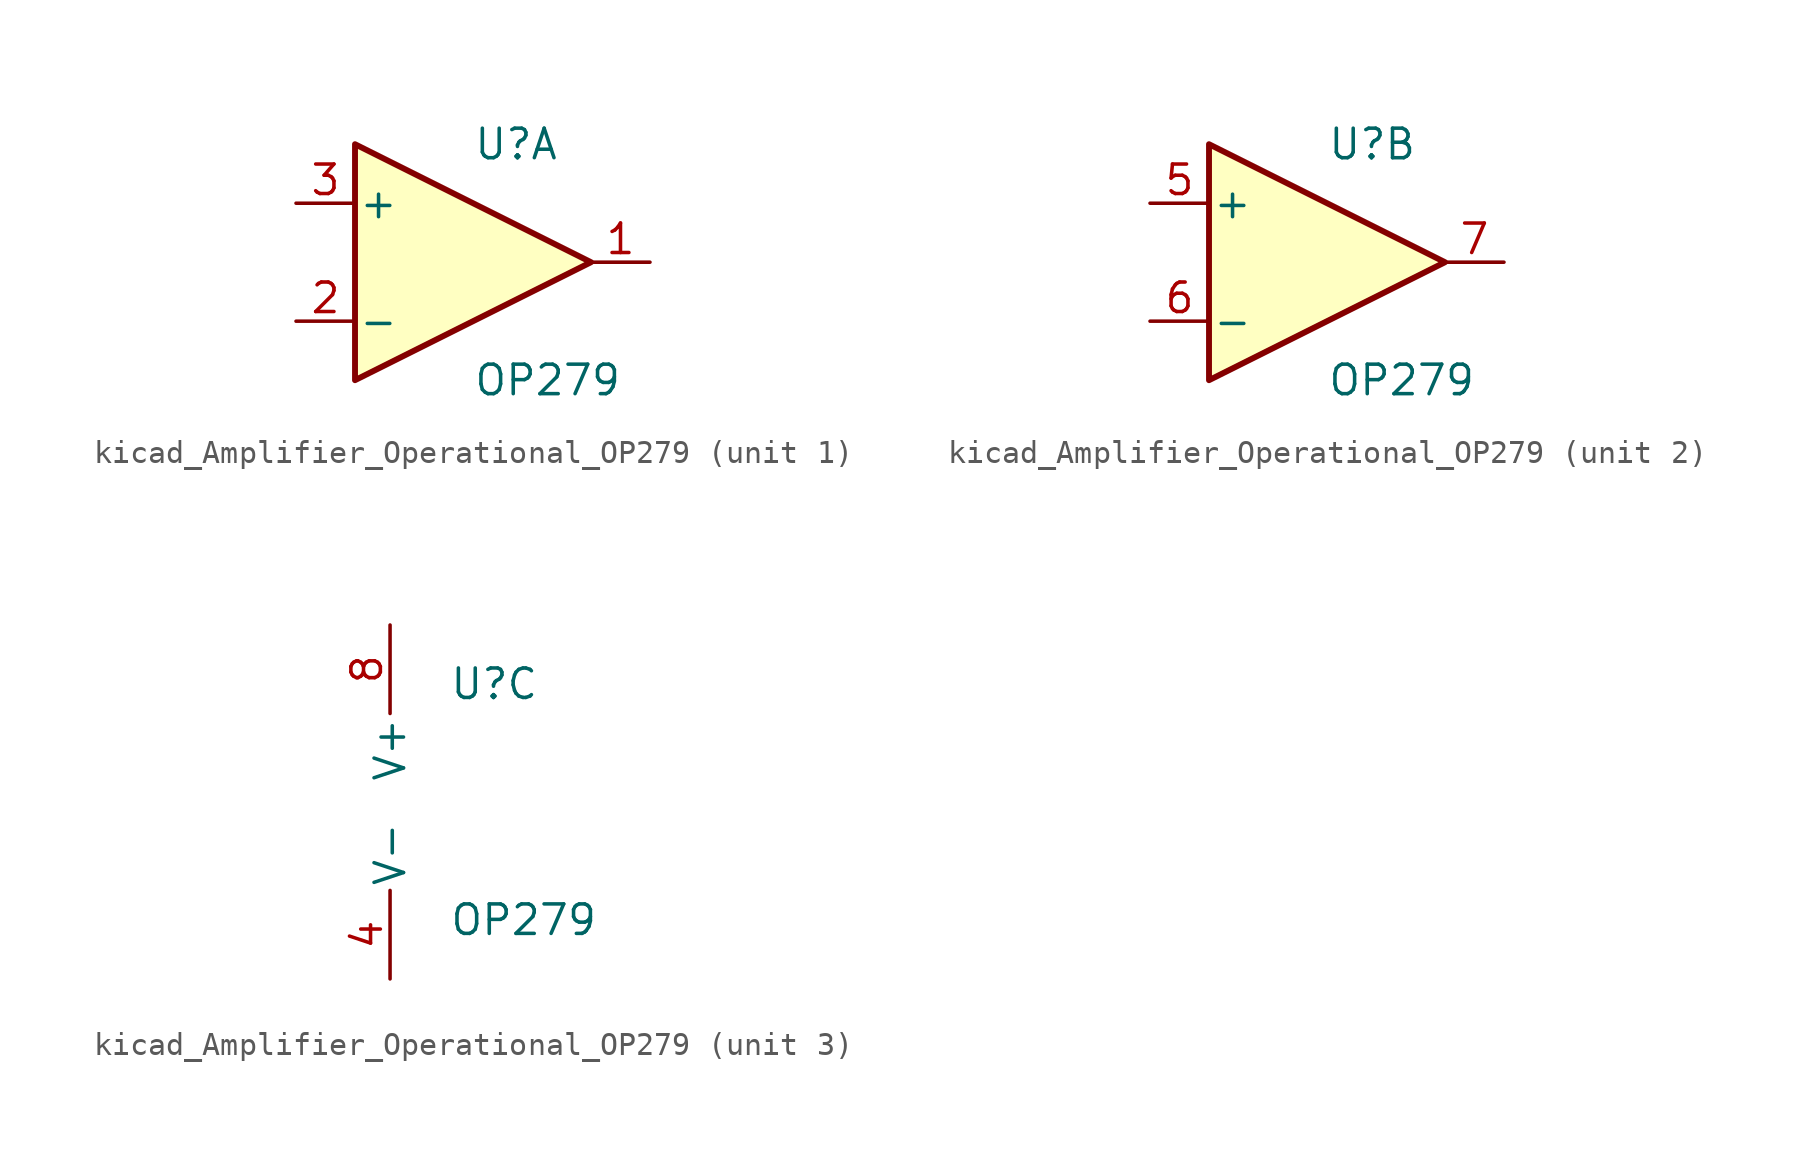
<source format=kicad_sym>
(kicad_symbol_lib
  (version 20220914)
  (generator kicad_symbol_editor)
  (symbol "kicad_Amplifier_Operational_OP279"
    (pin_names
      (offset 0.127))
    (property "Reference" "U"
      (at 0 5.08 0)
      (effects (font (size 1.27 1.27)) (justify left)))
    (property "Value" "OP279"
      (at 0 -5.08 0)
      (effects (font (size 1.27 1.27)) (justify left)))
    (property "ki_locked" ""
      (at 0 0 0)
      (effects (font (size 1.27 1.27))))
    (symbol "kicad_Amplifier_Operational_OP279_1_1"
      (polyline (pts (xy -5.08 5.08) (xy 5.08 0) (xy -5.08 -5.08) (xy -5.08 5.08)) (stroke (width 0.254) (type default)) (fill (type background)))
      (pin output line (at 7.62 0 180) (length 2.54) (name "~" (effects (font (size 1.27 1.27)))) (number "1" (effects (font (size 1.27 1.27)))))
      (pin input line (at -7.62 -2.54 0) (length 2.54) (name "-" (effects (font (size 1.27 1.27)))) (number "2" (effects (font (size 1.27 1.27)))))
      (pin input line (at -7.62 2.54 0) (length 2.54) (name "+" (effects (font (size 1.27 1.27)))) (number "3" (effects (font (size 1.27 1.27))))))
    (symbol "kicad_Amplifier_Operational_OP279_2_1"
      (polyline (pts (xy -5.08 5.08) (xy 5.08 0) (xy -5.08 -5.08) (xy -5.08 5.08)) (stroke (width 0.254) (type default)) (fill (type background)))
      (pin input line (at -7.62 2.54 0) (length 2.54) (name "+" (effects (font (size 1.27 1.27)))) (number "5" (effects (font (size 1.27 1.27)))))
      (pin input line (at -7.62 -2.54 0) (length 2.54) (name "-" (effects (font (size 1.27 1.27)))) (number "6" (effects (font (size 1.27 1.27)))))
      (pin output line (at 7.62 0 180) (length 2.54) (name "~" (effects (font (size 1.27 1.27)))) (number "7" (effects (font (size 1.27 1.27))))))
    (symbol "kicad_Amplifier_Operational_OP279_3_1"
      (pin power_in line (at -2.54 -7.62 90) (length 3.81) (name "V-" (effects (font (size 1.27 1.27)))) (number "4" (effects (font (size 1.27 1.27)))))
      (pin power_in line (at -2.54 7.62 270) (length 3.81) (name "V+" (effects (font (size 1.27 1.27)))) (number "8" (effects (font (size 1.27 1.27))))))))
</source>
